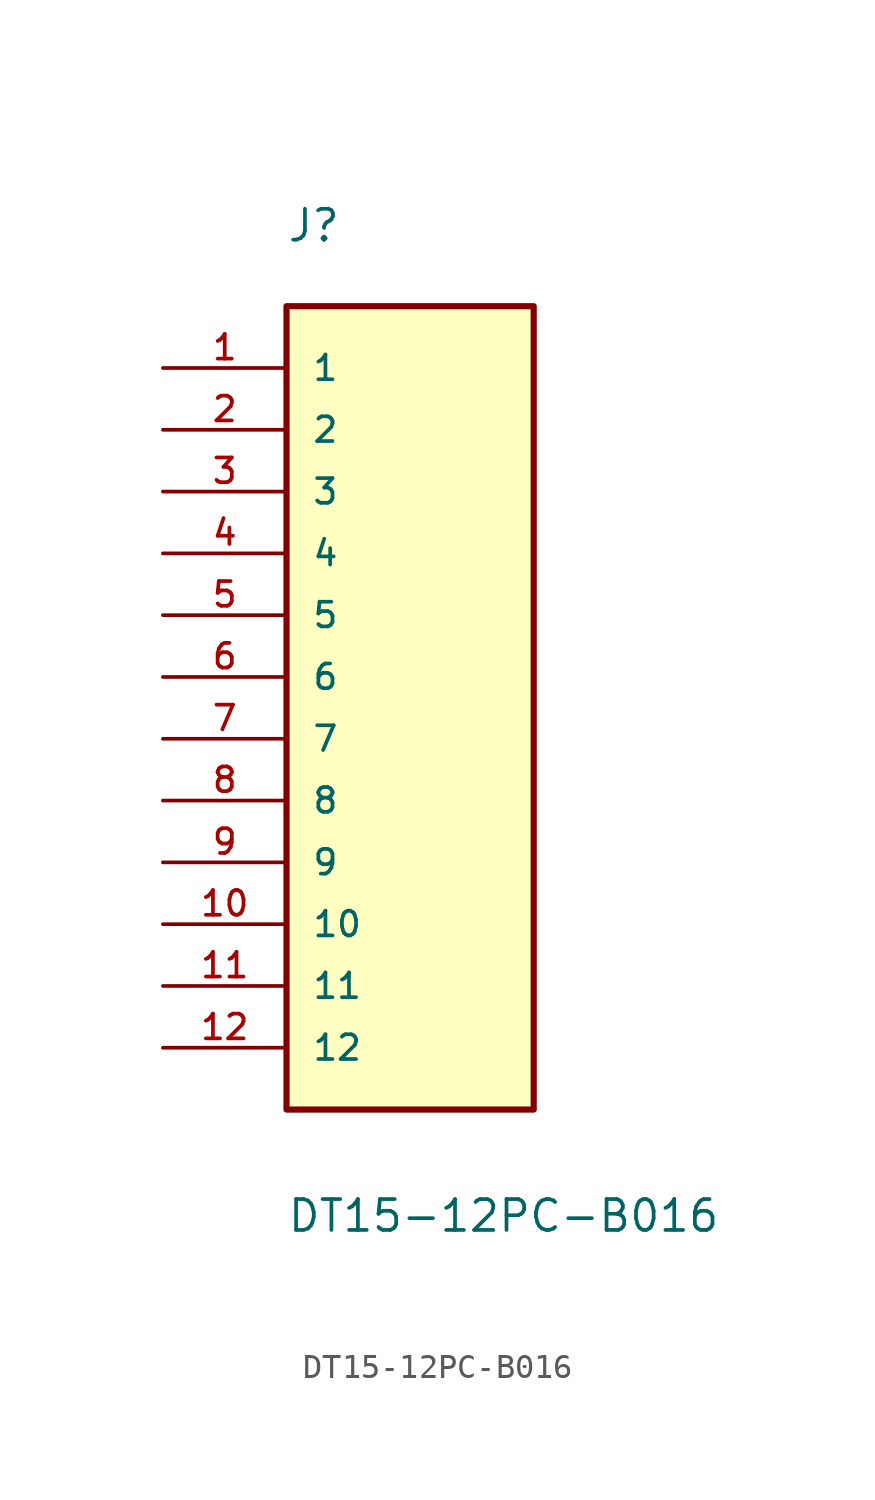
<source format=kicad_sym>
(kicad_symbol_lib
  (version 20211014)
  (generator kicad_symbol_editor)
  (symbol "DT15-12PC-B016"
    (pin_names
      (offset 1.016))
    (property "Reference" "J"
      (at -5.088 20.351 0)
      (effects (font (size 1.27 1.27)) (justify bottom left)))
    (property "Value" "DT15-12PC-B016"
      (at -5.088 -20.352 0)
      (effects (font (size 1.27 1.27)) (justify bottom left)))
    (symbol "DT15-12PC-B016_0_0"
      (rectangle (start -5.08 -15.24) (end 5.08 17.78) (stroke (width 0.254)) (fill (type background)))
      (pin passive line (at -10.16 15.24 0) (length 5.08) (name "1" (effects (font (size 1.016 1.016)))) (number "1" (effects (font (size 1.016 1.016)))))
      (pin passive line (at -10.16 12.7 0) (length 5.08) (name "2" (effects (font (size 1.016 1.016)))) (number "2" (effects (font (size 1.016 1.016)))))
      (pin passive line (at -10.16 10.16 0) (length 5.08) (name "3" (effects (font (size 1.016 1.016)))) (number "3" (effects (font (size 1.016 1.016)))))
      (pin passive line (at -10.16 7.62 0) (length 5.08) (name "4" (effects (font (size 1.016 1.016)))) (number "4" (effects (font (size 1.016 1.016)))))
      (pin passive line (at -10.16 5.08 0) (length 5.08) (name "5" (effects (font (size 1.016 1.016)))) (number "5" (effects (font (size 1.016 1.016)))))
      (pin passive line (at -10.16 2.54 0) (length 5.08) (name "6" (effects (font (size 1.016 1.016)))) (number "6" (effects (font (size 1.016 1.016)))))
      (pin passive line (at -10.16 0.0 0) (length 5.08) (name "7" (effects (font (size 1.016 1.016)))) (number "7" (effects (font (size 1.016 1.016)))))
      (pin passive line (at -10.16 -2.54 0) (length 5.08) (name "8" (effects (font (size 1.016 1.016)))) (number "8" (effects (font (size 1.016 1.016)))))
      (pin passive line (at -10.16 -5.08 0) (length 5.08) (name "9" (effects (font (size 1.016 1.016)))) (number "9" (effects (font (size 1.016 1.016)))))
      (pin passive line (at -10.16 -7.62 0) (length 5.08) (name "10" (effects (font (size 1.016 1.016)))) (number "10" (effects (font (size 1.016 1.016)))))
      (pin passive line (at -10.16 -10.16 0) (length 5.08) (name "11" (effects (font (size 1.016 1.016)))) (number "11" (effects (font (size 1.016 1.016)))))
      (pin passive line (at -10.16 -12.7 0) (length 5.08) (name "12" (effects (font (size 1.016 1.016)))) (number "12" (effects (font (size 1.016 1.016))))))))
</source>
